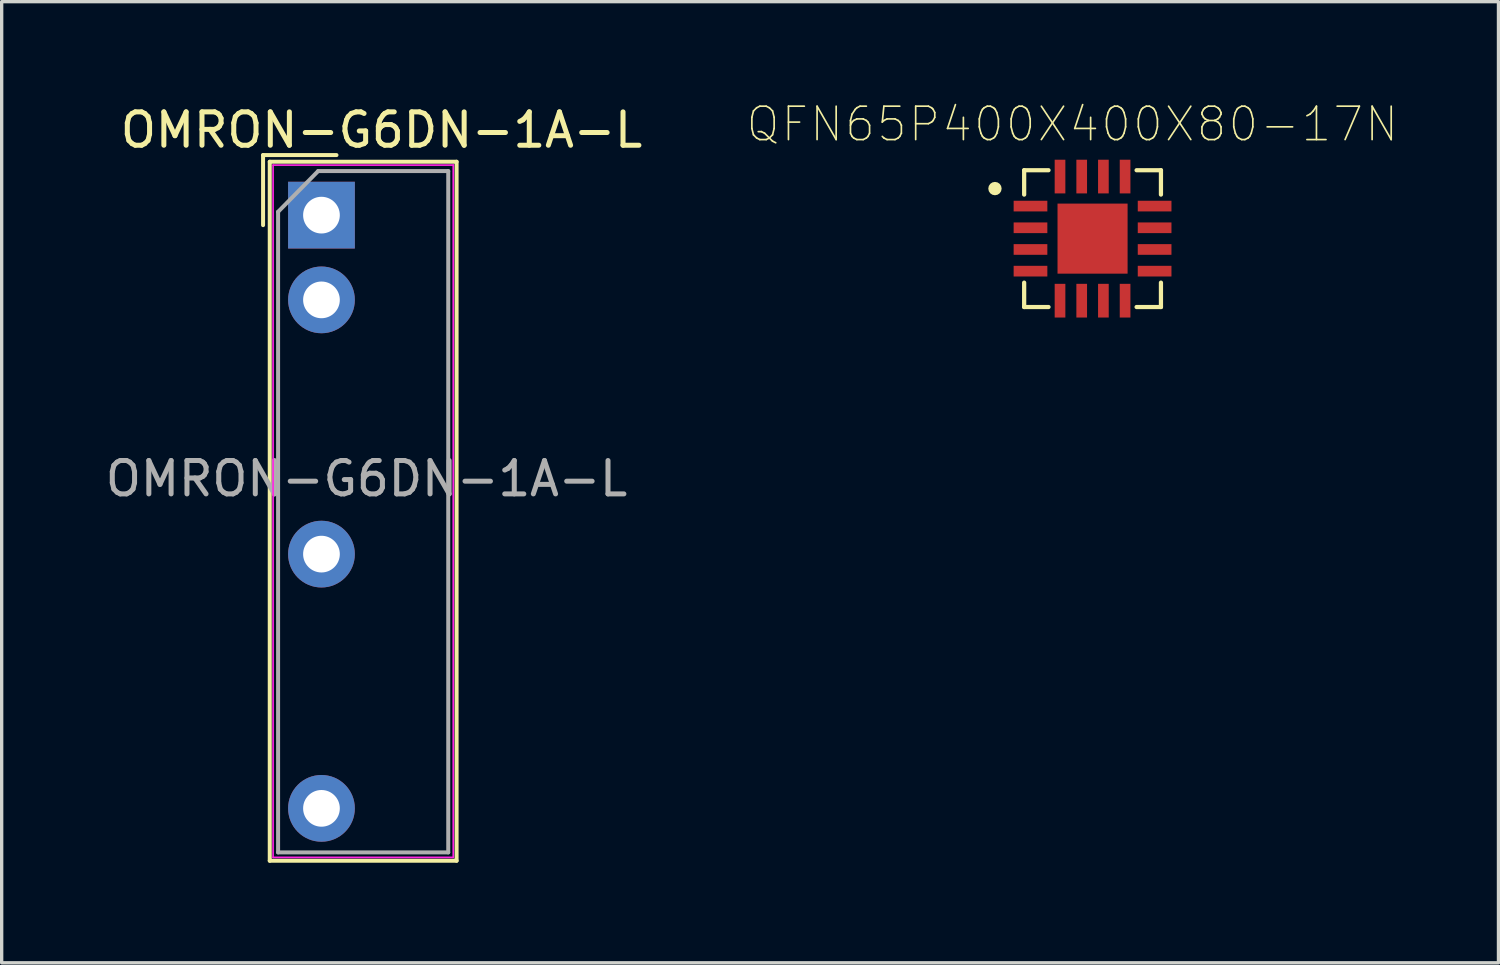
<source format=kicad_pcb>
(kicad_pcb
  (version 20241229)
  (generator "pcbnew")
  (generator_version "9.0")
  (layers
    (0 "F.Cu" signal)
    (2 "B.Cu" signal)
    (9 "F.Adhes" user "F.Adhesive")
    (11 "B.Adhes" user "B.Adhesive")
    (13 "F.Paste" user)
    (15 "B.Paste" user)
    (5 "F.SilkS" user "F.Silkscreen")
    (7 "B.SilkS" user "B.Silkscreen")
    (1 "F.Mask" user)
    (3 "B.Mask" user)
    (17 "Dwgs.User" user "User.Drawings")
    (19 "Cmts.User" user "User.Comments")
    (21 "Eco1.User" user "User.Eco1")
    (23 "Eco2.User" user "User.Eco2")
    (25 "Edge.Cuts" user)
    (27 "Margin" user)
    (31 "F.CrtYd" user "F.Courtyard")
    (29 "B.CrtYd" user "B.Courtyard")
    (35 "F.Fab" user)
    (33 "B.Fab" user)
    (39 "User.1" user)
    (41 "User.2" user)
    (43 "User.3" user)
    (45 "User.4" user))
  (footprint "OMRON-G6DN-1A-L"
    (layer "F.Cu")
    (at 6.585 3.398)
    (property "Reference" "OMRON-G6DN-1A-L" (at 1.8 -2.55 0) (layer "F.SilkS") (effects (font (size 1 1) (thickness 0.15))))
    (attr through_hole)
    (fp_line (start -1.75 -1.8) (end 0.45 -1.8) (stroke (width 0.12) (type solid)) (layer "F.SilkS"))
    (fp_line (start -1.75 0.3) (end -1.75 -1.8) (stroke (width 0.12) (type solid)) (layer "F.SilkS"))
    (fp_line (start -1.55 -1.6) (end 4.05 -1.6) (stroke (width 0.12) (type solid)) (layer "F.SilkS"))
    (fp_line (start -1.55 19.35) (end -1.55 -1.6) (stroke (width 0.12) (type solid)) (layer "F.SilkS"))
    (fp_line (start 4.05 -1.6) (end 4.05 19.35) (stroke (width 0.12) (type solid)) (layer "F.SilkS"))
    (fp_line (start 4.05 19.35) (end -1.55 19.35) (stroke (width 0.12) (type solid)) (layer "F.SilkS"))
    (fp_line (start -1.45 -1.5) (end -1.45 19.25) (stroke (width 0.05) (type solid)) (layer "F.CrtYd"))
    (fp_line (start -1.45 -1.5) (end 3.95 -1.5) (stroke (width 0.05) (type solid)) (layer "F.CrtYd"))
    (fp_line (start 3.95 19.25) (end -1.45 19.25) (stroke (width 0.05) (type solid)) (layer "F.CrtYd"))
    (fp_line (start 3.95 19.25) (end 3.95 -1.5) (stroke (width 0.05) (type solid)) (layer "F.CrtYd"))
    (fp_line (start -1.3 -0.1) (end -0.1 -1.32) (stroke (width 0.12) (type solid)) (layer "F.Fab"))
    (fp_line (start -1.3 19.1) (end -1.3 -0.1) (stroke (width 0.12) (type solid)) (layer "F.Fab"))
    (fp_line (start -0.1 -1.32) (end 3.8 -1.32) (stroke (width 0.12) (type solid)) (layer "F.Fab"))
    (fp_line (start 3.8 -1.32) (end 3.8 19.1) (stroke (width 0.12) (type solid)) (layer "F.Fab"))
    (fp_line (start 3.8 19.1) (end -1.3 19.1) (stroke (width 0.12) (type solid)) (layer "F.Fab"))
    (fp_text user "${REFERENCE}" (at 1.35 7.9 0) (layer "F.Fab") (effects (font (size 1 1) (thickness 0.15))))
    (pad "1" thru_hole rect (at 0 0) (size 2 2) (drill 1.1) (layers "*.Cu" "*.Mask"))
    (pad "2" thru_hole circle (at 0 2.54) (size 2 2) (drill 1.1) (layers "*.Cu" "*.Mask"))
    (pad "3" thru_hole circle (at 0 10.16) (size 2 2) (drill 1.1) (layers "*.Cu" "*.Mask"))
    (pad "4" thru_hole circle (at 0 17.78) (size 2 2) (drill 1.1) (layers "*.Cu" "*.Mask")))
  (footprint "QFN65P400X400X80-17N"
    (layer "F.Cu")
    (at 29.696 4.102)
    (property "Reference" "QFN65P400X400X80-17N" (at -0.606 -3.429 0) (layer "F.SilkS") (effects (font (size 1.001 1.001) (thickness 0.05))))
    (attr smd)
    (fp_line (start -2.05 -2.05) (end -2.05 -1.32) (stroke (width 0.127) (type solid)) (layer "F.SilkS"))
    (fp_line (start -2.05 1.32) (end -2.05 2.05) (stroke (width 0.127) (type solid)) (layer "F.SilkS"))
    (fp_line (start -2.05 2.05) (end -1.32 2.05) (stroke (width 0.127) (type solid)) (layer "F.SilkS"))
    (fp_line (start -1.32 -2.05) (end -2.05 -2.05) (stroke (width 0.127) (type solid)) (layer "F.SilkS"))
    (fp_line (start 1.32 2.05) (end 2.05 2.05) (stroke (width 0.127) (type solid)) (layer "F.SilkS"))
    (fp_line (start 2.05 -2.05) (end 1.32 -2.05) (stroke (width 0.127) (type solid)) (layer "F.SilkS"))
    (fp_line (start 2.05 -1.32) (end 2.05 -2.05) (stroke (width 0.127) (type solid)) (layer "F.SilkS"))
    (fp_line (start 2.05 2.05) (end 2.05 1.32) (stroke (width 0.127) (type solid)) (layer "F.SilkS"))
    (fp_circle (center -2.925 -1.5) (end -2.825 -1.5) (stroke (width 0.2) (type solid)) (fill no) (layer "F.SilkS"))
    (fp_poly (pts (xy -0.846 0.105) (xy -0.105 0.105) (xy -0.105 0.846) (xy -0.846 0.846)) (stroke (width 0) (type solid)) (fill yes) (layer "F.Paste"))
    (fp_poly (pts (xy -0.846 -0.845) (xy -0.105 -0.845) (xy -0.105 -0.105) (xy -0.846 -0.105)) (stroke (width 0) (type solid)) (fill yes) (layer "F.Paste"))
    (fp_poly (pts (xy 0.105 -0.845) (xy 0.845 -0.845) (xy 0.845 -0.105) (xy 0.105 -0.105)) (stroke (width 0) (type solid)) (fill yes) (layer "F.Paste"))
    (fp_poly (pts (xy 0.105 0.105) (xy 0.845 0.105) (xy 0.845 0.845) (xy 0.105 0.845)) (stroke (width 0) (type solid)) (fill yes) (layer "F.Paste"))
    (fp_line (start -2.62 -1.39) (end -2.3 -1.39) (stroke (width 0.05) (type solid)) (layer "Eco1.User"))
    (fp_line (start -2.62 1.39) (end -2.62 -1.39) (stroke (width 0.05) (type solid)) (layer "Eco1.User"))
    (fp_line (start -2.3 -2.3) (end -1.39 -2.3) (stroke (width 0.05) (type solid)) (layer "Eco1.User"))
    (fp_line (start -2.3 -1.39) (end -2.3 -2.3) (stroke (width 0.05) (type solid)) (layer "Eco1.User"))
    (fp_line (start -2.3 1.39) (end -2.62 1.39) (stroke (width 0.05) (type solid)) (layer "Eco1.User"))
    (fp_line (start -2.3 2.3) (end -2.3 1.39) (stroke (width 0.05) (type solid)) (layer "Eco1.User"))
    (fp_line (start -1.39 -2.62) (end 1.39 -2.62) (stroke (width 0.05) (type solid)) (layer "Eco1.User"))
    (fp_line (start -1.39 -2.3) (end -1.39 -2.62) (stroke (width 0.05) (type solid)) (layer "Eco1.User"))
    (fp_line (start -1.39 2.3) (end -2.3 2.3) (stroke (width 0.05) (type solid)) (layer "Eco1.User"))
    (fp_line (start -1.39 2.62) (end -1.39 2.3) (stroke (width 0.05) (type solid)) (layer "Eco1.User"))
    (fp_line (start 1.39 -2.62) (end 1.39 -2.3) (stroke (width 0.05) (type solid)) (layer "Eco1.User"))
    (fp_line (start 1.39 -2.3) (end 2.3 -2.3) (stroke (width 0.05) (type solid)) (layer "Eco1.User"))
    (fp_line (start 1.39 2.3) (end 1.39 2.62) (stroke (width 0.05) (type solid)) (layer "Eco1.User"))
    (fp_line (start 1.39 2.62) (end -1.39 2.62) (stroke (width 0.05) (type solid)) (layer "Eco1.User"))
    (fp_line (start 2.3 -2.3) (end 2.3 -1.39) (stroke (width 0.05) (type solid)) (layer "Eco1.User"))
    (fp_line (start 2.3 -1.39) (end 2.62 -1.39) (stroke (width 0.05) (type solid)) (layer "Eco1.User"))
    (fp_line (start 2.3 1.39) (end 2.3 2.3) (stroke (width 0.05) (type solid)) (layer "Eco1.User"))
    (fp_line (start 2.3 2.3) (end 1.39 2.3) (stroke (width 0.05) (type solid)) (layer "Eco1.User"))
    (fp_line (start 2.62 -1.39) (end 2.62 1.39) (stroke (width 0.05) (type solid)) (layer "Eco1.User"))
    (fp_line (start 2.62 1.39) (end 2.3 1.39) (stroke (width 0.05) (type solid)) (layer "Eco1.User"))
    (fp_line (start -2.05 -2.05) (end -2.05 2.05) (stroke (width 0.127) (type solid)) (layer "Eco2.User"))
    (fp_line (start -2.05 2.05) (end 2.05 2.05) (stroke (width 0.127) (type solid)) (layer "Eco2.User"))
    (fp_line (start 2.05 -2.05) (end -2.05 -2.05) (stroke (width 0.127) (type solid)) (layer "Eco2.User"))
    (fp_line (start 2.05 2.05) (end 2.05 -2.05) (stroke (width 0.127) (type solid)) (layer "Eco2.User"))
    (pad "1" smd rect (at -1.86 -0.975 180) (size 1.01 0.32) (layers "F.Cu" "F.Mask" "F.Paste"))
    (pad "2" smd rect (at -1.86 -0.325 180) (size 1.01 0.32) (layers "F.Cu" "F.Mask" "F.Paste"))
    (pad "3" smd rect (at -1.86 0.325 180) (size 1.01 0.32) (layers "F.Cu" "F.Mask" "F.Paste"))
    (pad "4" smd rect (at -1.86 0.975 180) (size 1.01 0.32) (layers "F.Cu" "F.Mask" "F.Paste"))
    (pad "5" smd rect (at -0.975 1.86 270) (size 1.01 0.32) (layers "F.Cu" "F.Mask" "F.Paste"))
    (pad "6" smd rect (at -0.325 1.86 270) (size 1.01 0.32) (layers "F.Cu" "F.Mask" "F.Paste"))
    (pad "7" smd rect (at 0.325 1.86 270) (size 1.01 0.32) (layers "F.Cu" "F.Mask" "F.Paste"))
    (pad "8" smd rect (at 0.975 1.86 270) (size 1.01 0.32) (layers "F.Cu" "F.Mask" "F.Paste"))
    (pad "9" smd rect (at 1.86 0.975) (size 1.01 0.32) (layers "F.Cu" "F.Mask" "F.Paste"))
    (pad "10" smd rect (at 1.86 0.325) (size 1.01 0.32) (layers "F.Cu" "F.Mask" "F.Paste"))
    (pad "11" smd rect (at 1.86 -0.325) (size 1.01 0.32) (layers "F.Cu" "F.Mask" "F.Paste"))
    (pad "12" smd rect (at 1.86 -0.975) (size 1.01 0.32) (layers "F.Cu" "F.Mask" "F.Paste"))
    (pad "13" smd rect (at 0.975 -1.86 90) (size 1.01 0.32) (layers "F.Cu" "F.Mask" "F.Paste"))
    (pad "14" smd rect (at 0.325 -1.86 90) (size 1.01 0.32) (layers "F.Cu" "F.Mask" "F.Paste"))
    (pad "15" smd rect (at -0.325 -1.86 90) (size 1.01 0.32) (layers "F.Cu" "F.Mask" "F.Paste"))
    (pad "16" smd rect (at -0.975 -1.86 90) (size 1.01 0.32) (layers "F.Cu" "F.Mask" "F.Paste"))
    (pad "17" smd rect (at 0 0) (size 2.1 2.1) (layers "F.Cu" "F.Mask" "F.Paste")))
  (gr_rect
    (start -3 -3)
    (end 41.862 25.808)
    (stroke (width 0.1) (type default))
    (fill no)
    (layer "Edge.Cuts")))
</source>
